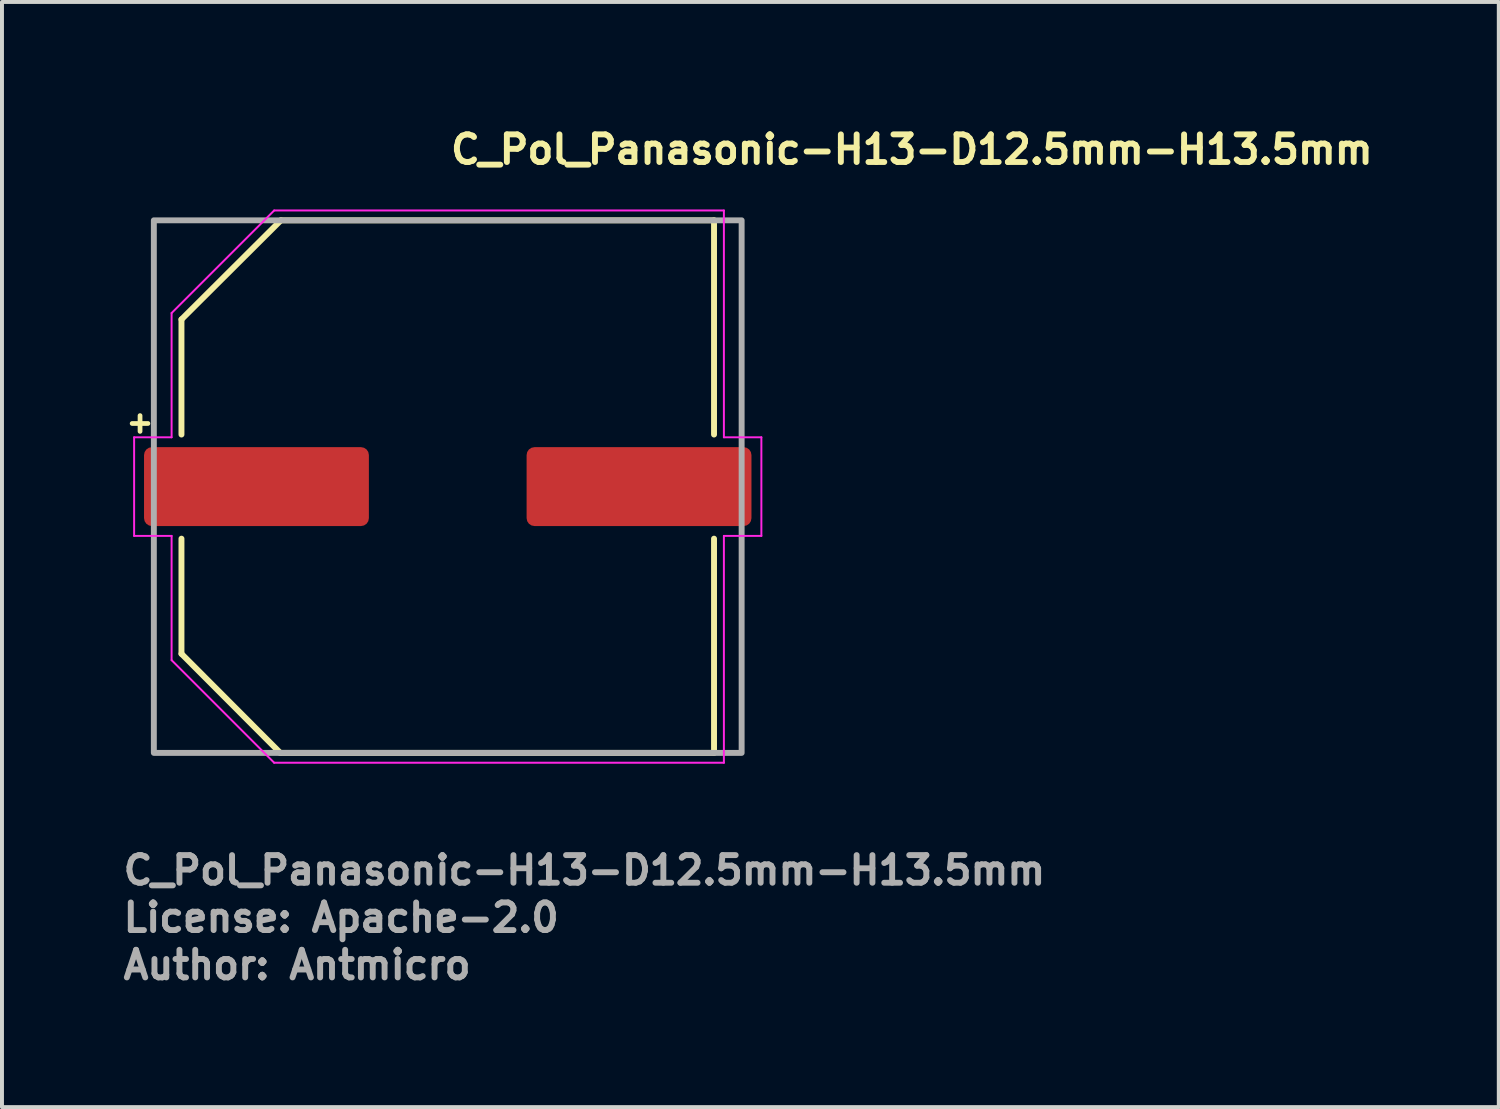
<source format=kicad_pcb>
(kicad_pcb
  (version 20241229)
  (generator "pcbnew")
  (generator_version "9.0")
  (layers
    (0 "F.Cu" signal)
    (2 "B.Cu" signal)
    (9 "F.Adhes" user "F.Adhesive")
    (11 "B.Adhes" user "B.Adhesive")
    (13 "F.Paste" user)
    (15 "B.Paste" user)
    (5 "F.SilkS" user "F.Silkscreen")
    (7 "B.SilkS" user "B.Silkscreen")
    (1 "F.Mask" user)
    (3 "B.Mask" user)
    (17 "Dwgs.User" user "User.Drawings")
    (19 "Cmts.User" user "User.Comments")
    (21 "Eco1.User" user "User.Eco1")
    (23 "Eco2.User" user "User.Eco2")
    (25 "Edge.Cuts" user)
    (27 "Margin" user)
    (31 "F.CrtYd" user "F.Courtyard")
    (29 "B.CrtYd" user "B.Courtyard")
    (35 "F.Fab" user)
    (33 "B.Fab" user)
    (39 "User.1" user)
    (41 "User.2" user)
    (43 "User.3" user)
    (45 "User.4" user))
  (footprint "C_Pol_Panasonic-H13-D12.5mm-H13.5mm"
    (layer "F.Cu")
    (at 8.3 9.285)
    (property "Reference" "C_Pol_Panasonic-H13-D12.5mm-H13.5mm" (at 0 -8.135 0) (layer "F.SilkS") (effects (font (size 0.7 0.7) (thickness 0.15)) (justify left bottom)))
    (attr smd)
    (fp_line (start -8 -1.6) (end -7.6 -1.6) (stroke (width 0.12) (type solid)) (layer "F.SilkS"))
    (fp_line (start -7.8 -1.8) (end -7.8 -1.4) (stroke (width 0.12) (type solid)) (layer "F.SilkS"))
    (fp_line (start -6.75 -4.238) (end -6.75 -1.32) (stroke (width 0.15) (type solid)) (layer "F.SilkS"))
    (fp_line (start -6.75 1.32) (end -6.75 4.238) (stroke (width 0.15) (type solid)) (layer "F.SilkS"))
    (fp_line (start -6.75 4.238) (end -4.245 6.75) (stroke (width 0.15) (type solid)) (layer "F.SilkS"))
    (fp_line (start -4.245 6.75) (end 6.75 6.75) (stroke (width 0.15) (type solid)) (layer "F.SilkS"))
    (fp_line (start -4.23 -6.75) (end -6.75 -4.238) (stroke (width 0.15) (type solid)) (layer "F.SilkS"))
    (fp_line (start 6.75 -6.75) (end -4.23 -6.75) (stroke (width 0.15) (type solid)) (layer "F.SilkS"))
    (fp_line (start 6.75 -1.32) (end 6.75 -6.75) (stroke (width 0.15) (type solid)) (layer "F.SilkS"))
    (fp_line (start 6.75 6.75) (end 6.75 1.32) (stroke (width 0.15) (type solid)) (layer "F.SilkS"))
    (fp_line (start -7.95 -1.25) (end -7 -1.25) (stroke (width 0.05) (type solid)) (layer "F.CrtYd"))
    (fp_line (start -7.95 1.25) (end -7.95 -1.25) (stroke (width 0.05) (type solid)) (layer "F.CrtYd"))
    (fp_line (start -7 -4.4) (end -4.4 -7) (stroke (width 0.05) (type solid)) (layer "F.CrtYd"))
    (fp_line (start -7 -1.25) (end -7 -4.4) (stroke (width 0.05) (type solid)) (layer "F.CrtYd"))
    (fp_line (start -7 1.25) (end -7.95 1.25) (stroke (width 0.05) (type solid)) (layer "F.CrtYd"))
    (fp_line (start -7 4.4) (end -7 1.25) (stroke (width 0.05) (type solid)) (layer "F.CrtYd"))
    (fp_line (start -4.4 -7) (end 7 -7) (stroke (width 0.05) (type solid)) (layer "F.CrtYd"))
    (fp_line (start -4.4 7) (end -7 4.4) (stroke (width 0.05) (type solid)) (layer "F.CrtYd"))
    (fp_line (start 7 -7) (end 7 -1.25) (stroke (width 0.05) (type solid)) (layer "F.CrtYd"))
    (fp_line (start 7 -1.25) (end 7.95 -1.25) (stroke (width 0.05) (type solid)) (layer "F.CrtYd"))
    (fp_line (start 7 1.25) (end 7 7) (stroke (width 0.05) (type solid)) (layer "F.CrtYd"))
    (fp_line (start 7 7) (end -4.4 7) (stroke (width 0.05) (type solid)) (layer "F.CrtYd"))
    (fp_line (start 7.95 -1.25) (end 7.95 1.25) (stroke (width 0.05) (type solid)) (layer "F.CrtYd"))
    (fp_line (start 7.95 1.25) (end 7 1.25) (stroke (width 0.05) (type solid)) (layer "F.CrtYd"))
    (fp_rect (start 7.45 6.75) (end -7.45 -6.75) (stroke (width 0.15) (type solid)) (fill no) (layer "F.Fab"))
    (fp_rect (start 7.45 6.75) (end -7.45 -6.75) (stroke (width 0.15) (type solid)) (fill no) (layer "User.5"))
    (fp_line (start -7.45 -0.45) (end -7.45 0.45) (stroke (width 0.02) (type solid)) (layer "User.9"))
    (fp_line (start -7.45 -0.45) (end -6.75 -0.45) (stroke (width 0.02) (type solid)) (layer "User.9"))
    (fp_line (start -7.45 0.45) (end -6.75 0.45) (stroke (width 0.02) (type solid)) (layer "User.9"))
    (fp_line (start -6.75 -4.25) (end -6.75 -1.5) (stroke (width 0.02) (type solid)) (layer "User.9"))
    (fp_line (start -6.75 -1.5) (end -6.75 1.5) (stroke (width 0.02) (type solid)) (layer "User.9"))
    (fp_line (start -6.75 1.5) (end -6.75 4.25) (stroke (width 0.02) (type solid)) (layer "User.9"))
    (fp_line (start -6.75 1.5) (end -6.17 1.5) (stroke (width 0.02) (type solid)) (layer "User.9"))
    (fp_line (start -6.75 4.25) (end -4.25 6.75) (stroke (width 0.02) (type solid)) (layer "User.9"))
    (fp_line (start -6.25 0) (end -6.236 -0.416) (stroke (width 0.02) (type solid)) (layer "User.9"))
    (fp_line (start -6.246 0.208) (end -6.25 0) (stroke (width 0.02) (type solid)) (layer "User.9"))
    (fp_line (start -6.236 -0.416) (end -6.195 -0.827) (stroke (width 0.02) (type solid)) (layer "User.9"))
    (fp_line (start -6.236 0.416) (end -6.246 0.208) (stroke (width 0.02) (type solid)) (layer "User.9"))
    (fp_line (start -6.218 0.622) (end -6.236 0.416) (stroke (width 0.02) (type solid)) (layer "User.9"))
    (fp_line (start -6.195 -0.827) (end -6.127 -1.232) (stroke (width 0.02) (type solid)) (layer "User.9"))
    (fp_line (start -6.195 0.827) (end -6.218 0.622) (stroke (width 0.02) (type solid)) (layer "User.9"))
    (fp_line (start -6.17 -1.5) (end -6.75 -1.5) (stroke (width 0.02) (type solid)) (layer "User.9"))
    (fp_line (start -6.17 1.5) (end -6.05 1.926) (stroke (width 0.02) (type solid)) (layer "User.9"))
    (fp_line (start -6.164 1.031) (end -6.195 0.827) (stroke (width 0.02) (type solid)) (layer "User.9"))
    (fp_line (start -6.127 -1.232) (end -6.033 -1.63) (stroke (width 0.02) (type solid)) (layer "User.9"))
    (fp_line (start -6.127 1.232) (end -6.164 1.031) (stroke (width 0.02) (type solid)) (layer "User.9"))
    (fp_line (start -6.083 1.432) (end -6.127 1.232) (stroke (width 0.02) (type solid)) (layer "User.9"))
    (fp_line (start -6.05 -1.926) (end -6.17 -1.5) (stroke (width 0.02) (type solid)) (layer "User.9"))
    (fp_line (start -6.05 1.926) (end -5.903 2.34) (stroke (width 0.02) (type solid)) (layer "User.9"))
    (fp_line (start -6.033 -1.63) (end -5.914 -2.019) (stroke (width 0.02) (type solid)) (layer "User.9"))
    (fp_line (start -6.033 1.63) (end -6.083 1.432) (stroke (width 0.02) (type solid)) (layer "User.9"))
    (fp_line (start -5.977 1.826) (end -6.033 1.63) (stroke (width 0.02) (type solid)) (layer "User.9"))
    (fp_line (start -5.914 -2.019) (end -5.771 -2.399) (stroke (width 0.02) (type solid)) (layer "User.9"))
    (fp_line (start -5.914 2.019) (end -5.977 1.826) (stroke (width 0.02) (type solid)) (layer "User.9"))
    (fp_line (start -5.903 -2.34) (end -6.05 -1.926) (stroke (width 0.02) (type solid)) (layer "User.9"))
    (fp_line (start -5.903 2.34) (end -5.728 2.739) (stroke (width 0.02) (type solid)) (layer "User.9"))
    (fp_line (start -5.845 2.21) (end -5.914 2.019) (stroke (width 0.02) (type solid)) (layer "User.9"))
    (fp_line (start -5.771 -2.399) (end -5.603 -2.768) (stroke (width 0.02) (type solid)) (layer "User.9"))
    (fp_line (start -5.771 2.399) (end -5.845 2.21) (stroke (width 0.02) (type solid)) (layer "User.9"))
    (fp_line (start -5.728 -2.739) (end -5.903 -2.34) (stroke (width 0.02) (type solid)) (layer "User.9"))
    (fp_line (start -5.728 2.739) (end -5.528 3.124) (stroke (width 0.02) (type solid)) (layer "User.9"))
    (fp_line (start -5.69 2.585) (end -5.771 2.399) (stroke (width 0.02) (type solid)) (layer "User.9"))
    (fp_line (start -5.603 -2.768) (end -5.412 -3.125) (stroke (width 0.02) (type solid)) (layer "User.9"))
    (fp_line (start -5.603 2.768) (end -5.69 2.585) (stroke (width 0.02) (type solid)) (layer "User.9"))
    (fp_line (start -5.528 -3.124) (end -5.728 -2.739) (stroke (width 0.02) (type solid)) (layer "User.9"))
    (fp_line (start -5.528 3.124) (end -5.303 3.492) (stroke (width 0.02) (type solid)) (layer "User.9"))
    (fp_line (start -5.51 2.948) (end -5.603 2.768) (stroke (width 0.02) (type solid)) (layer "User.9"))
    (fp_line (start -5.412 -3.125) (end -5.199 -3.468) (stroke (width 0.02) (type solid)) (layer "User.9"))
    (fp_line (start -5.412 3.125) (end -5.51 2.948) (stroke (width 0.02) (type solid)) (layer "User.9"))
    (fp_line (start -5.308 3.298) (end -5.412 3.125) (stroke (width 0.02) (type solid)) (layer "User.9"))
    (fp_line (start -5.303 -3.492) (end -5.528 -3.124) (stroke (width 0.02) (type solid)) (layer "User.9"))
    (fp_line (start -5.303 3.492) (end -5.054 3.843) (stroke (width 0.02) (type solid)) (layer "User.9"))
    (fp_line (start -5.199 -3.468) (end -4.963 -3.798) (stroke (width 0.02) (type solid)) (layer "User.9"))
    (fp_line (start -5.199 3.468) (end -5.308 3.298) (stroke (width 0.02) (type solid)) (layer "User.9"))
    (fp_line (start -5.084 3.635) (end -5.199 3.468) (stroke (width 0.02) (type solid)) (layer "User.9"))
    (fp_line (start -5.054 -3.843) (end -5.303 -3.492) (stroke (width 0.02) (type solid)) (layer "User.9"))
    (fp_line (start -5.054 3.843) (end -4.783 4.176) (stroke (width 0.02) (type solid)) (layer "User.9"))
    (fp_line (start -4.963 -3.798) (end -4.706 -4.112) (stroke (width 0.02) (type solid)) (layer "User.9"))
    (fp_line (start -4.963 3.798) (end -5.084 3.635) (stroke (width 0.02) (type solid)) (layer "User.9"))
    (fp_line (start -4.837 3.957) (end -4.963 3.798) (stroke (width 0.02) (type solid)) (layer "User.9"))
    (fp_line (start -4.783 -4.176) (end -5.054 -3.843) (stroke (width 0.02) (type solid)) (layer "User.9"))
    (fp_line (start -4.783 4.176) (end -4.49 4.49) (stroke (width 0.02) (type solid)) (layer "User.9"))
    (fp_line (start -4.706 -4.112) (end -4.429 -4.409) (stroke (width 0.02) (type solid)) (layer "User.9"))
    (fp_line (start -4.706 4.112) (end -4.837 3.957) (stroke (width 0.02) (type solid)) (layer "User.9"))
    (fp_line (start -4.57 4.263) (end -4.706 4.112) (stroke (width 0.02) (type solid)) (layer "User.9"))
    (fp_line (start -4.49 -4.49) (end -4.783 -4.176) (stroke (width 0.02) (type solid)) (layer "User.9"))
    (fp_line (start -4.49 4.49) (end -4.176 4.783) (stroke (width 0.02) (type solid)) (layer "User.9"))
    (fp_line (start -4.429 -4.409) (end -4.131 -4.689) (stroke (width 0.02) (type solid)) (layer "User.9"))
    (fp_line (start -4.429 4.409) (end -4.57 4.263) (stroke (width 0.02) (type solid)) (layer "User.9"))
    (fp_line (start -4.282 4.552) (end -4.429 4.409) (stroke (width 0.02) (type solid)) (layer "User.9"))
    (fp_line (start -4.25 -6.75) (end -6.75 -4.25) (stroke (width 0.02) (type solid)) (layer "User.9"))
    (fp_line (start -4.25 6.75) (end -1.5 6.75) (stroke (width 0.02) (type solid)) (layer "User.9"))
    (fp_line (start -4.176 -4.783) (end -4.49 -4.49) (stroke (width 0.02) (type solid)) (layer "User.9"))
    (fp_line (start -4.176 4.783) (end -3.843 5.054) (stroke (width 0.02) (type solid)) (layer "User.9"))
    (fp_line (start -4.131 -4.689) (end -3.814 -4.951) (stroke (width 0.02) (type solid)) (layer "User.9"))
    (fp_line (start -4.131 4.689) (end -4.282 4.552) (stroke (width 0.02) (type solid)) (layer "User.9"))
    (fp_line (start -3.975 4.822) (end -4.131 4.689) (stroke (width 0.02) (type solid)) (layer "User.9"))
    (fp_line (start -3.843 -5.054) (end -4.176 -4.783) (stroke (width 0.02) (type solid)) (layer "User.9"))
    (fp_line (start -3.843 5.054) (end -3.492 5.303) (stroke (width 0.02) (type solid)) (layer "User.9"))
    (fp_line (start -3.814 -4.951) (end -3.478 -5.192) (stroke (width 0.02) (type solid)) (layer "User.9"))
    (fp_line (start -3.814 4.951) (end -3.975 4.822) (stroke (width 0.02) (type solid)) (layer "User.9"))
    (fp_line (start -3.648 5.074) (end -3.814 4.951) (stroke (width 0.02) (type solid)) (layer "User.9"))
    (fp_line (start -3.492 -5.303) (end -3.843 -5.054) (stroke (width 0.02) (type solid)) (layer "User.9"))
    (fp_line (start -3.492 5.303) (end -3.124 5.528) (stroke (width 0.02) (type solid)) (layer "User.9"))
    (fp_line (start -3.478 -5.192) (end -3.125 -5.412) (stroke (width 0.02) (type solid)) (layer "User.9"))
    (fp_line (start -3.478 5.192) (end -3.648 5.074) (stroke (width 0.02) (type solid)) (layer "User.9"))
    (fp_line (start -3.304 5.305) (end -3.478 5.192) (stroke (width 0.02) (type solid)) (layer "User.9"))
    (fp_line (start -3.125 -5.412) (end -3.125 -5.412) (stroke (width 0.02) (type solid)) (layer "User.9"))
    (fp_line (start -3.125 -5.412) (end -2.757 -5.608) (stroke (width 0.02) (type solid)) (layer "User.9"))
    (fp_line (start -3.125 5.412) (end -3.304 5.305) (stroke (width 0.02) (type solid)) (layer "User.9"))
    (fp_line (start -3.125 5.412) (end -3.125 5.412) (stroke (width 0.02) (type solid)) (layer "User.9"))
    (fp_line (start -3.124 -5.528) (end -3.492 -5.303) (stroke (width 0.02) (type solid)) (layer "User.9"))
    (fp_line (start -3.124 5.528) (end -2.739 5.728) (stroke (width 0.02) (type solid)) (layer "User.9"))
    (fp_line (start -2.757 -5.608) (end -2.38 -5.778) (stroke (width 0.02) (type solid)) (layer "User.9"))
    (fp_line (start -2.757 5.608) (end -3.125 5.412) (stroke (width 0.02) (type solid)) (layer "User.9"))
    (fp_line (start -2.739 -5.728) (end -3.124 -5.528) (stroke (width 0.02) (type solid)) (layer "User.9"))
    (fp_line (start -2.739 5.728) (end -2.34 5.903) (stroke (width 0.02) (type solid)) (layer "User.9"))
    (fp_line (start -2.38 -5.778) (end -1.995 -5.922) (stroke (width 0.02) (type solid)) (layer "User.9"))
    (fp_line (start -2.38 5.778) (end -2.757 5.608) (stroke (width 0.02) (type solid)) (layer "User.9"))
    (fp_line (start -2.34 -5.903) (end -2.739 -5.728) (stroke (width 0.02) (type solid)) (layer "User.9"))
    (fp_line (start -2.34 5.903) (end -1.926 6.05) (stroke (width 0.02) (type solid)) (layer "User.9"))
    (fp_line (start -1.995 -5.922) (end -1.604 -6.04) (stroke (width 0.02) (type solid)) (layer "User.9"))
    (fp_line (start -1.995 5.922) (end -2.38 5.778) (stroke (width 0.02) (type solid)) (layer "User.9"))
    (fp_line (start -1.926 -6.05) (end -2.34 -5.903) (stroke (width 0.02) (type solid)) (layer "User.9"))
    (fp_line (start -1.926 6.05) (end -1.5 6.17) (stroke (width 0.02) (type solid)) (layer "User.9"))
    (fp_line (start -1.604 -6.04) (end -1.208 -6.132) (stroke (width 0.02) (type solid)) (layer "User.9"))
    (fp_line (start -1.604 6.04) (end -1.995 5.922) (stroke (width 0.02) (type solid)) (layer "User.9"))
    (fp_line (start -1.5 -6.75) (end -4.25 -6.75) (stroke (width 0.02) (type solid)) (layer "User.9"))
    (fp_line (start -1.5 -6.75) (end -1.5 -6.17) (stroke (width 0.02) (type solid)) (layer "User.9"))
    (fp_line (start -1.5 -6.17) (end -1.926 -6.05) (stroke (width 0.02) (type solid)) (layer "User.9"))
    (fp_line (start -1.5 6.17) (end -1.5 6.75) (stroke (width 0.02) (type solid)) (layer "User.9"))
    (fp_line (start -1.5 6.75) (end 1.5 6.75) (stroke (width 0.02) (type solid)) (layer "User.9"))
    (fp_line (start -1.208 -6.132) (end -0.807 -6.197) (stroke (width 0.02) (type solid)) (layer "User.9"))
    (fp_line (start -1.208 6.132) (end -1.604 6.04) (stroke (width 0.02) (type solid)) (layer "User.9"))
    (fp_line (start -0.807 -6.197) (end -0.404 -6.236) (stroke (width 0.02) (type solid)) (layer "User.9"))
    (fp_line (start -0.807 6.197) (end -1.208 6.132) (stroke (width 0.02) (type solid)) (layer "User.9"))
    (fp_line (start -0.404 -6.236) (end 0 -6.25) (stroke (width 0.02) (type solid)) (layer "User.9"))
    (fp_line (start -0.404 6.236) (end -0.807 6.197) (stroke (width 0.02) (type solid)) (layer "User.9"))
    (fp_line (start 0 -6.25) (end 0.404 -6.236) (stroke (width 0.02) (type solid)) (layer "User.9"))
    (fp_line (start 0 6.25) (end -0.404 6.236) (stroke (width 0.02) (type solid)) (layer "User.9"))
    (fp_line (start 0.404 -6.236) (end 0.807 -6.197) (stroke (width 0.02) (type solid)) (layer "User.9"))
    (fp_line (start 0.404 6.236) (end 0 6.25) (stroke (width 0.02) (type solid)) (layer "User.9"))
    (fp_line (start 0.807 -6.197) (end 1.208 -6.132) (stroke (width 0.02) (type solid)) (layer "User.9"))
    (fp_line (start 0.807 6.197) (end 0.404 6.236) (stroke (width 0.02) (type solid)) (layer "User.9"))
    (fp_line (start 1.208 -6.132) (end 1.604 -6.04) (stroke (width 0.02) (type solid)) (layer "User.9"))
    (fp_line (start 1.208 6.132) (end 0.807 6.197) (stroke (width 0.02) (type solid)) (layer "User.9"))
    (fp_line (start 1.5 -6.75) (end -1.5 -6.75) (stroke (width 0.02) (type solid)) (layer "User.9"))
    (fp_line (start 1.5 -6.75) (end 1.5 -6.17) (stroke (width 0.02) (type solid)) (layer "User.9"))
    (fp_line (start 1.5 -6.17) (end 1.926 -6.05) (stroke (width 0.02) (type solid)) (layer "User.9"))
    (fp_line (start 1.5 6.17) (end 1.5 6.75) (stroke (width 0.02) (type solid)) (layer "User.9"))
    (fp_line (start 1.5 6.75) (end 5.75 6.75) (stroke (width 0.02) (type solid)) (layer "User.9"))
    (fp_line (start 1.604 -6.04) (end 1.995 -5.922) (stroke (width 0.02) (type solid)) (layer "User.9"))
    (fp_line (start 1.604 6.04) (end 1.208 6.132) (stroke (width 0.02) (type solid)) (layer "User.9"))
    (fp_line (start 1.926 -6.05) (end 2.34 -5.903) (stroke (width 0.02) (type solid)) (layer "User.9"))
    (fp_line (start 1.926 6.05) (end 1.5 6.17) (stroke (width 0.02) (type solid)) (layer "User.9"))
    (fp_line (start 1.995 -5.922) (end 2.38 -5.778) (stroke (width 0.02) (type solid)) (layer "User.9"))
    (fp_line (start 1.995 5.922) (end 1.604 6.04) (stroke (width 0.02) (type solid)) (layer "User.9"))
    (fp_line (start 2 -3) (end 2 3) (stroke (width 0.02) (type solid)) (layer "User.9"))
    (fp_line (start 2 3) (end 3.2 3) (stroke (width 0.02) (type solid)) (layer "User.9"))
    (fp_line (start 2.34 -5.903) (end 2.739 -5.728) (stroke (width 0.02) (type solid)) (layer "User.9"))
    (fp_line (start 2.34 5.903) (end 1.926 6.05) (stroke (width 0.02) (type solid)) (layer "User.9"))
    (fp_line (start 2.38 -5.778) (end 2.757 -5.608) (stroke (width 0.02) (type solid)) (layer "User.9"))
    (fp_line (start 2.38 5.778) (end 1.995 5.922) (stroke (width 0.02) (type solid)) (layer "User.9"))
    (fp_line (start 2.739 -5.728) (end 3.124 -5.528) (stroke (width 0.02) (type solid)) (layer "User.9"))
    (fp_line (start 2.739 5.728) (end 2.34 5.903) (stroke (width 0.02) (type solid)) (layer "User.9"))
    (fp_line (start 2.757 -5.608) (end 3.125 -5.412) (stroke (width 0.02) (type solid)) (layer "User.9"))
    (fp_line (start 2.757 5.608) (end 2.38 5.778) (stroke (width 0.02) (type solid)) (layer "User.9"))
    (fp_line (start 3.124 -5.528) (end 3.492 -5.303) (stroke (width 0.02) (type solid)) (layer "User.9"))
    (fp_line (start 3.124 5.528) (end 2.739 5.728) (stroke (width 0.02) (type solid)) (layer "User.9"))
    (fp_line (start 3.125 -5.412) (end 3.125 -5.412) (stroke (width 0.02) (type solid)) (layer "User.9"))
    (fp_line (start 3.125 -5.412) (end 3.304 -5.305) (stroke (width 0.02) (type solid)) (layer "User.9"))
    (fp_line (start 3.125 5.412) (end 2.757 5.608) (stroke (width 0.02) (type solid)) (layer "User.9"))
    (fp_line (start 3.125 5.412) (end 3.125 5.412) (stroke (width 0.02) (type solid)) (layer "User.9"))
    (fp_line (start 3.2 -3) (end 2 -3) (stroke (width 0.02) (type solid)) (layer "User.9"))
    (fp_line (start 3.2 3) (end 3.2 -3) (stroke (width 0.02) (type solid)) (layer "User.9"))
    (fp_line (start 3.304 -5.305) (end 3.478 -5.192) (stroke (width 0.02) (type solid)) (layer "User.9"))
    (fp_line (start 3.478 -5.192) (end 3.648 -5.074) (stroke (width 0.02) (type solid)) (layer "User.9"))
    (fp_line (start 3.478 5.192) (end 3.125 5.412) (stroke (width 0.02) (type solid)) (layer "User.9"))
    (fp_line (start 3.492 -5.303) (end 3.843 -5.054) (stroke (width 0.02) (type solid)) (layer "User.9"))
    (fp_line (start 3.492 5.303) (end 3.124 5.528) (stroke (width 0.02) (type solid)) (layer "User.9"))
    (fp_line (start 3.648 -5.074) (end 3.814 -4.951) (stroke (width 0.02) (type solid)) (layer "User.9"))
    (fp_line (start 3.814 -4.951) (end 3.975 -4.822) (stroke (width 0.02) (type solid)) (layer "User.9"))
    (fp_line (start 3.814 4.951) (end 3.478 5.192) (stroke (width 0.02) (type solid)) (layer "User.9"))
    (fp_line (start 3.843 -5.054) (end 4.176 -4.783) (stroke (width 0.02) (type solid)) (layer "User.9"))
    (fp_line (start 3.843 5.054) (end 3.492 5.303) (stroke (width 0.02) (type solid)) (layer "User.9"))
    (fp_line (start 3.975 -4.822) (end 4.131 -4.689) (stroke (width 0.02) (type solid)) (layer "User.9"))
    (fp_line (start 4.131 -4.689) (end 4.282 -4.552) (stroke (width 0.02) (type solid)) (layer "User.9"))
    (fp_line (start 4.131 4.689) (end 3.814 4.951) (stroke (width 0.02) (type solid)) (layer "User.9"))
    (fp_line (start 4.176 -4.783) (end 4.49 -4.49) (stroke (width 0.02) (type solid)) (layer "User.9"))
    (fp_line (start 4.176 4.783) (end 3.843 5.054) (stroke (width 0.02) (type solid)) (layer "User.9"))
    (fp_line (start 4.282 -4.552) (end 4.429 -4.409) (stroke (width 0.02) (type solid)) (layer "User.9"))
    (fp_line (start 4.429 -4.409) (end 4.57 -4.263) (stroke (width 0.02) (type solid)) (layer "User.9"))
    (fp_line (start 4.429 4.409) (end 4.131 4.689) (stroke (width 0.02) (type solid)) (layer "User.9"))
    (fp_line (start 4.49 -4.49) (end 4.783 -4.176) (stroke (width 0.02) (type solid)) (layer "User.9"))
    (fp_line (start 4.49 4.49) (end 4.176 4.783) (stroke (width 0.02) (type solid)) (layer "User.9"))
    (fp_line (start 4.57 -4.263) (end 4.706 -4.112) (stroke (width 0.02) (type solid)) (layer "User.9"))
    (fp_line (start 4.706 -4.112) (end 4.837 -3.957) (stroke (width 0.02) (type solid)) (layer "User.9"))
    (fp_line (start 4.706 4.112) (end 4.429 4.409) (stroke (width 0.02) (type solid)) (layer "User.9"))
    (fp_line (start 4.783 -4.176) (end 5.054 -3.843) (stroke (width 0.02) (type solid)) (layer "User.9"))
    (fp_line (start 4.783 4.176) (end 4.49 4.49) (stroke (width 0.02) (type solid)) (layer "User.9"))
    (fp_line (start 4.837 -3.957) (end 4.963 -3.798) (stroke (width 0.02) (type solid)) (layer "User.9"))
    (fp_line (start 4.963 -3.798) (end 5.084 -3.635) (stroke (width 0.02) (type solid)) (layer "User.9"))
    (fp_line (start 4.963 3.798) (end 4.706 4.112) (stroke (width 0.02) (type solid)) (layer "User.9"))
    (fp_line (start 5.054 -3.843) (end 5.303 -3.492) (stroke (width 0.02) (type solid)) (layer "User.9"))
    (fp_line (start 5.054 3.843) (end 4.783 4.176) (stroke (width 0.02) (type solid)) (layer "User.9"))
    (fp_line (start 5.084 -3.635) (end 5.199 -3.468) (stroke (width 0.02) (type solid)) (layer "User.9"))
    (fp_line (start 5.199 -3.468) (end 5.308 -3.298) (stroke (width 0.02) (type solid)) (layer "User.9"))
    (fp_line (start 5.199 3.468) (end 4.963 3.798) (stroke (width 0.02) (type solid)) (layer "User.9"))
    (fp_line (start 5.303 -3.492) (end 5.528 -3.124) (stroke (width 0.02) (type solid)) (layer "User.9"))
    (fp_line (start 5.303 3.492) (end 5.054 3.843) (stroke (width 0.02) (type solid)) (layer "User.9"))
    (fp_line (start 5.308 -3.298) (end 5.412 -3.125) (stroke (width 0.02) (type solid)) (layer "User.9"))
    (fp_line (start 5.412 -3.125) (end 5.51 -2.948) (stroke (width 0.02) (type solid)) (layer "User.9"))
    (fp_line (start 5.412 3.125) (end 5.199 3.468) (stroke (width 0.02) (type solid)) (layer "User.9"))
    (fp_line (start 5.51 -2.948) (end 5.603 -2.768) (stroke (width 0.02) (type solid)) (layer "User.9"))
    (fp_line (start 5.528 -3.124) (end 5.728 -2.739) (stroke (width 0.02) (type solid)) (layer "User.9"))
    (fp_line (start 5.528 3.124) (end 5.303 3.492) (stroke (width 0.02) (type solid)) (layer "User.9"))
    (fp_line (start 5.603 -2.768) (end 5.69 -2.585) (stroke (width 0.02) (type solid)) (layer "User.9"))
    (fp_line (start 5.603 2.768) (end 5.412 3.125) (stroke (width 0.02) (type solid)) (layer "User.9"))
    (fp_line (start 5.69 -2.585) (end 5.771 -2.399) (stroke (width 0.02) (type solid)) (layer "User.9"))
    (fp_line (start 5.728 -2.739) (end 5.903 -2.34) (stroke (width 0.02) (type solid)) (layer "User.9"))
    (fp_line (start 5.728 2.739) (end 5.528 3.124) (stroke (width 0.02) (type solid)) (layer "User.9"))
    (fp_line (start 5.75 -6.75) (end 1.5 -6.75) (stroke (width 0.02) (type solid)) (layer "User.9"))
    (fp_line (start 5.75 -6.75) (end 5.799 -6.748) (stroke (width 0.02) (type solid)) (layer "User.9"))
    (fp_line (start 5.75 6.75) (end 5.799 6.748) (stroke (width 0.02) (type solid)) (layer "User.9"))
    (fp_line (start 5.771 -2.399) (end 5.845 -2.21) (stroke (width 0.02) (type solid)) (layer "User.9"))
    (fp_line (start 5.771 2.399) (end 5.603 2.768) (stroke (width 0.02) (type solid)) (layer "User.9"))
    (fp_line (start 5.799 -6.748) (end 5.848 -6.745) (stroke (width 0.02) (type solid)) (layer "User.9"))
    (fp_line (start 5.799 6.748) (end 5.848 6.745) (stroke (width 0.02) (type solid)) (layer "User.9"))
    (fp_line (start 5.845 -2.21) (end 5.914 -2.019) (stroke (width 0.02) (type solid)) (layer "User.9"))
    (fp_line (start 5.848 -6.745) (end 5.897 -6.739) (stroke (width 0.02) (type solid)) (layer "User.9"))
    (fp_line (start 5.848 6.745) (end 5.897 6.739) (stroke (width 0.02) (type solid)) (layer "User.9"))
    (fp_line (start 5.897 -6.739) (end 5.946 -6.73) (stroke (width 0.02) (type solid)) (layer "User.9"))
    (fp_line (start 5.897 6.739) (end 5.946 6.73) (stroke (width 0.02) (type solid)) (layer "User.9"))
    (fp_line (start 5.903 -2.34) (end 6.05 -1.926) (stroke (width 0.02) (type solid)) (layer "User.9"))
    (fp_line (start 5.903 2.34) (end 5.728 2.739) (stroke (width 0.02) (type solid)) (layer "User.9"))
    (fp_line (start 5.914 -2.019) (end 5.977 -1.826) (stroke (width 0.02) (type solid)) (layer "User.9"))
    (fp_line (start 5.914 2.019) (end 5.771 2.399) (stroke (width 0.02) (type solid)) (layer "User.9"))
    (fp_line (start 5.946 -6.73) (end 5.993 -6.719) (stroke (width 0.02) (type solid)) (layer "User.9"))
    (fp_line (start 5.946 6.73) (end 5.993 6.719) (stroke (width 0.02) (type solid)) (layer "User.9"))
    (fp_line (start 5.977 -1.826) (end 6.033 -1.63) (stroke (width 0.02) (type solid)) (layer "User.9"))
    (fp_line (start 5.993 -6.719) (end 6.04 -6.706) (stroke (width 0.02) (type solid)) (layer "User.9"))
    (fp_line (start 5.993 6.719) (end 6.04 6.706) (stroke (width 0.02) (type solid)) (layer "User.9"))
    (fp_line (start 6.033 -1.63) (end 6.083 -1.432) (stroke (width 0.02) (type solid)) (layer "User.9"))
    (fp_line (start 6.033 1.63) (end 5.914 2.019) (stroke (width 0.02) (type solid)) (layer "User.9"))
    (fp_line (start 6.04 -6.706) (end 6.087 -6.691) (stroke (width 0.02) (type solid)) (layer "User.9"))
    (fp_line (start 6.04 6.706) (end 6.087 6.691) (stroke (width 0.02) (type solid)) (layer "User.9"))
    (fp_line (start 6.05 -1.926) (end 6.17 -1.5) (stroke (width 0.02) (type solid)) (layer "User.9"))
    (fp_line (start 6.05 1.926) (end 5.903 2.34) (stroke (width 0.02) (type solid)) (layer "User.9"))
    (fp_line (start 6.083 -1.432) (end 6.127 -1.233) (stroke (width 0.02) (type solid)) (layer "User.9"))
    (fp_line (start 6.087 -6.691) (end 6.132 -6.673) (stroke (width 0.02) (type solid)) (layer "User.9"))
    (fp_line (start 6.087 6.691) (end 6.132 6.673) (stroke (width 0.02) (type solid)) (layer "User.9"))
    (fp_line (start 6.127 -1.233) (end 6.164 -1.031) (stroke (width 0.02) (type solid)) (layer "User.9"))
    (fp_line (start 6.127 1.233) (end 6.033 1.63) (stroke (width 0.02) (type solid)) (layer "User.9"))
    (fp_line (start 6.132 -6.673) (end 6.177 -6.654) (stroke (width 0.02) (type solid)) (layer "User.9"))
    (fp_line (start 6.132 6.673) (end 6.177 6.654) (stroke (width 0.02) (type solid)) (layer "User.9"))
    (fp_line (start 6.164 -1.031) (end 6.195 -0.827) (stroke (width 0.02) (type solid)) (layer "User.9"))
    (fp_line (start 6.17 -1.5) (end 6.75 -1.5) (stroke (width 0.02) (type solid)) (layer "User.9"))
    (fp_line (start 6.17 1.5) (end 6.05 1.926) (stroke (width 0.02) (type solid)) (layer "User.9"))
    (fp_line (start 6.177 -6.654) (end 6.22 -6.632) (stroke (width 0.02) (type solid)) (layer "User.9"))
    (fp_line (start 6.177 6.654) (end 6.22 6.632) (stroke (width 0.02) (type solid)) (layer "User.9"))
    (fp_line (start 6.195 -0.827) (end 6.218 -0.622) (stroke (width 0.02) (type solid)) (layer "User.9"))
    (fp_line (start 6.195 0.827) (end 6.127 1.233) (stroke (width 0.02) (type solid)) (layer "User.9"))
    (fp_line (start 6.218 -0.622) (end 6.236 -0.416) (stroke (width 0.02) (type solid)) (layer "User.9"))
    (fp_line (start 6.22 -6.632) (end 6.263 -6.608) (stroke (width 0.02) (type solid)) (layer "User.9"))
    (fp_line (start 6.22 6.632) (end 6.263 6.608) (stroke (width 0.02) (type solid)) (layer "User.9"))
    (fp_line (start 6.236 -0.416) (end 6.246 -0.208) (stroke (width 0.02) (type solid)) (layer "User.9"))
    (fp_line (start 6.236 0.416) (end 6.195 0.827) (stroke (width 0.02) (type solid)) (layer "User.9"))
    (fp_line (start 6.246 -0.208) (end 6.25 0) (stroke (width 0.02) (type solid)) (layer "User.9"))
    (fp_line (start 6.25 0) (end 6.236 0.416) (stroke (width 0.02) (type solid)) (layer "User.9"))
    (fp_line (start 6.263 -6.608) (end 6.304 -6.581) (stroke (width 0.02) (type solid)) (layer "User.9"))
    (fp_line (start 6.263 6.608) (end 6.304 6.581) (stroke (width 0.02) (type solid)) (layer "User.9"))
    (fp_line (start 6.304 -6.581) (end 6.344 -6.553) (stroke (width 0.02) (type solid)) (layer "User.9"))
    (fp_line (start 6.304 6.581) (end 6.344 6.553) (stroke (width 0.02) (type solid)) (layer "User.9"))
    (fp_line (start 6.344 -6.553) (end 6.383 -6.523) (stroke (width 0.02) (type solid)) (layer "User.9"))
    (fp_line (start 6.344 6.553) (end 6.383 6.523) (stroke (width 0.02) (type solid)) (layer "User.9"))
    (fp_line (start 6.383 -6.523) (end 6.421 -6.491) (stroke (width 0.02) (type solid)) (layer "User.9"))
    (fp_line (start 6.383 6.523) (end 6.421 6.491) (stroke (width 0.02) (type solid)) (layer "User.9"))
    (fp_line (start 6.421 -6.491) (end 6.457 -6.457) (stroke (width 0.02) (type solid)) (layer "User.9"))
    (fp_line (start 6.421 6.491) (end 6.457 6.457) (stroke (width 0.02) (type solid)) (layer "User.9"))
    (fp_line (start 6.457 -6.457) (end 6.457 -6.457) (stroke (width 0.02) (type solid)) (layer "User.9"))
    (fp_line (start 6.457 -6.457) (end 6.491 -6.421) (stroke (width 0.02) (type solid)) (layer "User.9"))
    (fp_line (start 6.457 6.457) (end 6.457 6.457) (stroke (width 0.02) (type solid)) (layer "User.9"))
    (fp_line (start 6.457 6.457) (end 6.491 6.421) (stroke (width 0.02) (type solid)) (layer "User.9"))
    (fp_line (start 6.491 -6.421) (end 6.523 -6.383) (stroke (width 0.02) (type solid)) (layer "User.9"))
    (fp_line (start 6.491 6.421) (end 6.523 6.383) (stroke (width 0.02) (type solid)) (layer "User.9"))
    (fp_line (start 6.523 -6.383) (end 6.553 -6.344) (stroke (width 0.02) (type solid)) (layer "User.9"))
    (fp_line (start 6.523 6.383) (end 6.553 6.344) (stroke (width 0.02) (type solid)) (layer "User.9"))
    (fp_line (start 6.553 -6.344) (end 6.581 -6.304) (stroke (width 0.02) (type solid)) (layer "User.9"))
    (fp_line (start 6.553 6.344) (end 6.581 6.304) (stroke (width 0.02) (type solid)) (layer "User.9"))
    (fp_line (start 6.581 -6.304) (end 6.608 -6.263) (stroke (width 0.02) (type solid)) (layer "User.9"))
    (fp_line (start 6.581 6.304) (end 6.608 6.263) (stroke (width 0.02) (type solid)) (layer "User.9"))
    (fp_line (start 6.608 -6.263) (end 6.632 -6.22) (stroke (width 0.02) (type solid)) (layer "User.9"))
    (fp_line (start 6.608 6.263) (end 6.632 6.22) (stroke (width 0.02) (type solid)) (layer "User.9"))
    (fp_line (start 6.632 -6.22) (end 6.654 -6.177) (stroke (width 0.02) (type solid)) (layer "User.9"))
    (fp_line (start 6.632 6.22) (end 6.654 6.177) (stroke (width 0.02) (type solid)) (layer "User.9"))
    (fp_line (start 6.654 -6.177) (end 6.673 -6.132) (stroke (width 0.02) (type solid)) (layer "User.9"))
    (fp_line (start 6.654 6.177) (end 6.673 6.132) (stroke (width 0.02) (type solid)) (layer "User.9"))
    (fp_line (start 6.673 -6.132) (end 6.691 -6.087) (stroke (width 0.02) (type solid)) (layer "User.9"))
    (fp_line (start 6.673 6.132) (end 6.691 6.087) (stroke (width 0.02) (type solid)) (layer "User.9"))
    (fp_line (start 6.691 -6.087) (end 6.706 -6.04) (stroke (width 0.02) (type solid)) (layer "User.9"))
    (fp_line (start 6.691 6.087) (end 6.706 6.04) (stroke (width 0.02) (type solid)) (layer "User.9"))
    (fp_line (start 6.706 -6.04) (end 6.719 -5.993) (stroke (width 0.02) (type solid)) (layer "User.9"))
    (fp_line (start 6.706 6.04) (end 6.719 5.993) (stroke (width 0.02) (type solid)) (layer "User.9"))
    (fp_line (start 6.719 -5.993) (end 6.73 -5.946) (stroke (width 0.02) (type solid)) (layer "User.9"))
    (fp_line (start 6.719 5.993) (end 6.73 5.946) (stroke (width 0.02) (type solid)) (layer "User.9"))
    (fp_line (start 6.73 -5.946) (end 6.739 -5.897) (stroke (width 0.02) (type solid)) (layer "User.9"))
    (fp_line (start 6.73 5.946) (end 6.739 5.897) (stroke (width 0.02) (type solid)) (layer "User.9"))
    (fp_line (start 6.739 -5.897) (end 6.745 -5.848) (stroke (width 0.02) (type solid)) (layer "User.9"))
    (fp_line (start 6.739 5.897) (end 6.745 5.848) (stroke (width 0.02) (type solid)) (layer "User.9"))
    (fp_line (start 6.745 -5.848) (end 6.748 -5.799) (stroke (width 0.02) (type solid)) (layer "User.9"))
    (fp_line (start 6.745 5.848) (end 6.748 5.799) (stroke (width 0.02) (type solid)) (layer "User.9"))
    (fp_line (start 6.748 -5.799) (end 6.75 -5.75) (stroke (width 0.02) (type solid)) (layer "User.9"))
    (fp_line (start 6.748 5.799) (end 6.75 5.75) (stroke (width 0.02) (type solid)) (layer "User.9"))
    (fp_line (start 6.75 -1.5) (end 6.75 -5.75) (stroke (width 0.02) (type solid)) (layer "User.9"))
    (fp_line (start 6.75 1.5) (end 6.17 1.5) (stroke (width 0.02) (type solid)) (layer "User.9"))
    (fp_line (start 6.75 1.5) (end 6.75 -1.5) (stroke (width 0.02) (type solid)) (layer "User.9"))
    (fp_line (start 6.75 5.75) (end 6.75 1.5) (stroke (width 0.02) (type solid)) (layer "User.9"))
    (fp_line (start 7.45 -0.45) (end 6.75 -0.45) (stroke (width 0.02) (type solid)) (layer "User.9"))
    (fp_line (start 7.45 0.45) (end 6.75 0.45) (stroke (width 0.02) (type solid)) (layer "User.9"))
    (fp_line (start 7.45 0.45) (end 7.45 -0.45) (stroke (width 0.02) (type solid)) (layer "User.9"))
    (fp_text user "Author: Antmicro" (at -8.3 12.535 0) (layer "F.Fab") (effects (font (size 0.7 0.7) (thickness 0.15)) (justify left bottom)))
    (fp_text user "License: Apache-2.0" (at -8.3 11.335 0) (layer "F.Fab") (effects (font (size 0.7 0.7) (thickness 0.15)) (justify left bottom)))
    (fp_text user "${REFERENCE}" (at -8.3 10.135 0) (layer "F.Fab") (effects (font (size 0.7 0.7) (thickness 0.15)) (justify left bottom)))
    (pad "1" smd roundrect (at -4.849 0) (size 5.7 2) (layers "F.Cu" "F.Mask" "F.Paste") (roundrect_rratio 0.1))
    (pad "2" smd roundrect (at 4.849 0) (size 5.7 2) (layers "F.Cu" "F.Mask" "F.Paste") (roundrect_rratio 0.1)))
  (gr_rect
    (start -3 -3)
    (end 34.943 25.015)
    (stroke (width 0.1) (type default))
    (fill no)
    (layer "Edge.Cuts")))
</source>
